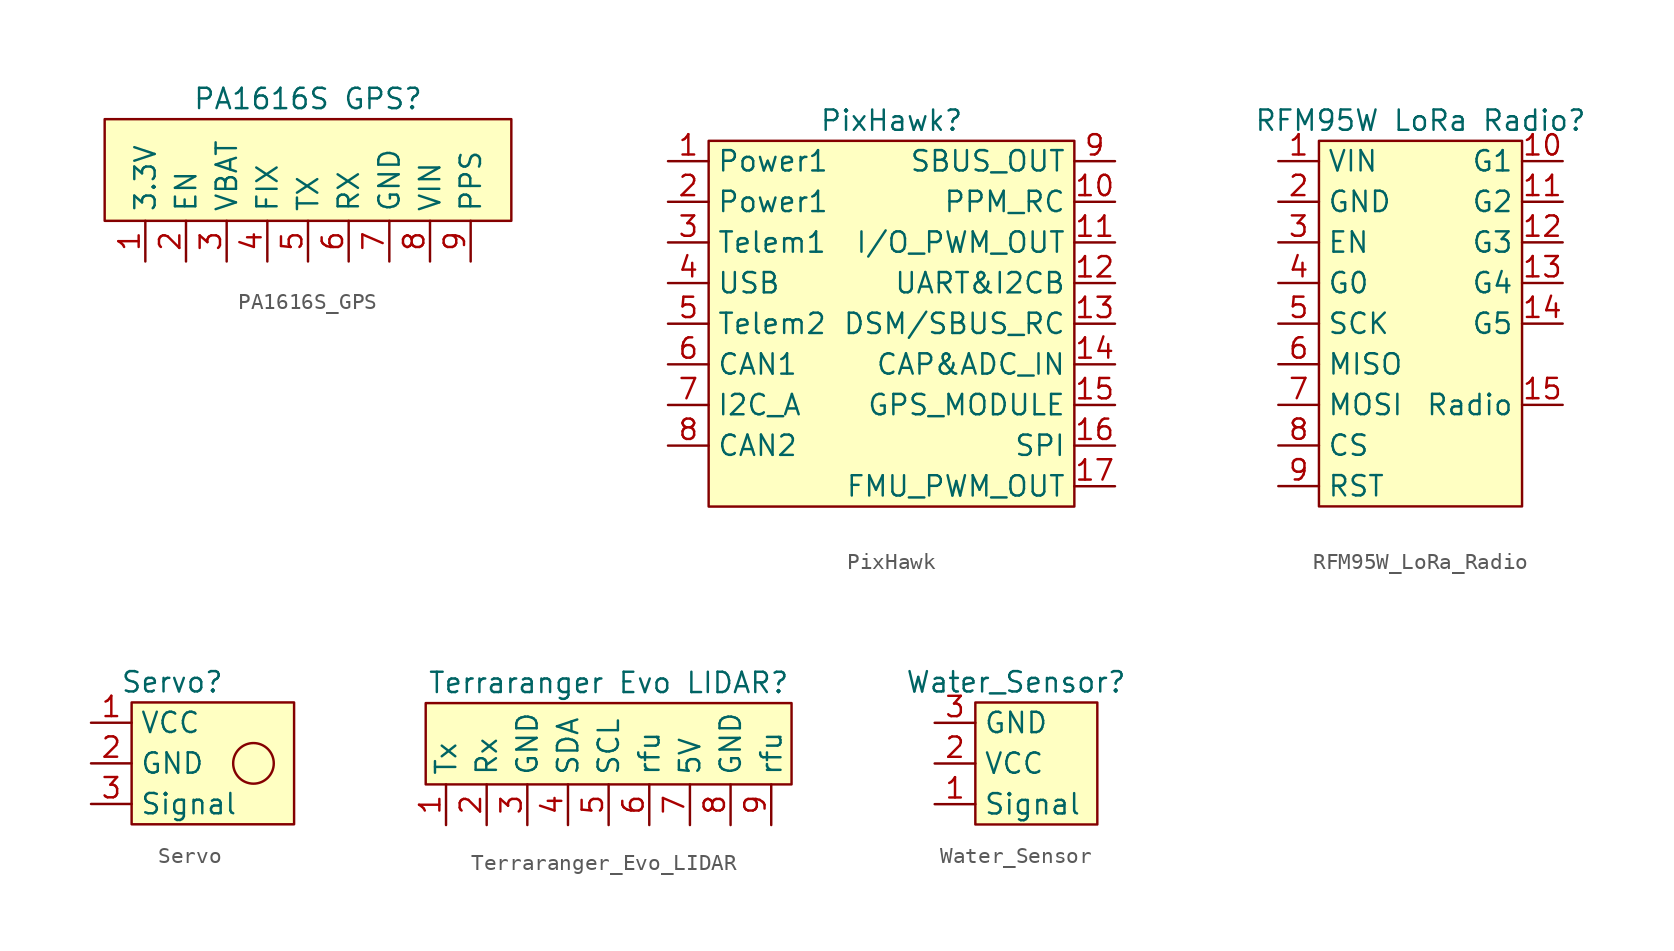
<source format=kicad_sym>
(kicad_symbol_lib
  (version 20231120)
  (generator "kicad_symbol_editor")
  (generator_version "8.0")
  (symbol "PA1616S_GPS"
    (property "Reference" "PA1616S GPS"
      (at 0 0 0)
      (effects (font (size 1.27 1.27))))
    (property "Value" ""
      (at 0 0 0)
      (effects (font (size 1.27 1.27))))
    (symbol "PA1616S_GPS_0_1"
      (rectangle (start -12.7 -1.27) (end 12.7 -7.62) (stroke (width 0) (type default)) (fill (type background))))
    (symbol "PA1616S_GPS_1_1"
      (pin passive line (at -10.16 -10.16 90) (length 2.54) (name "3.3V" (effects (font (size 1.27 1.27)))) (number "1" (effects (font (size 1.27 1.27)))))
      (pin passive line (at -7.62 -10.16 90) (length 2.54) (name "EN" (effects (font (size 1.27 1.27)))) (number "2" (effects (font (size 1.27 1.27)))))
      (pin passive line (at -5.08 -10.16 90) (length 2.54) (name "VBAT" (effects (font (size 1.27 1.27)))) (number "3" (effects (font (size 1.27 1.27)))))
      (pin passive line (at -2.54 -10.16 90) (length 2.54) (name "FIX" (effects (font (size 1.27 1.27)))) (number "4" (effects (font (size 1.27 1.27)))))
      (pin passive line (at 0 -10.16 90) (length 2.54) (name "TX" (effects (font (size 1.27 1.27)))) (number "5" (effects (font (size 1.27 1.27)))))
      (pin passive line (at 2.54 -10.16 90) (length 2.54) (name "RX" (effects (font (size 1.27 1.27)))) (number "6" (effects (font (size 1.27 1.27)))))
      (pin passive line (at 5.08 -10.16 90) (length 2.54) (name "GND" (effects (font (size 1.27 1.27)))) (number "7" (effects (font (size 1.27 1.27)))))
      (pin power_in line (at 7.62 -10.16 90) (length 2.54) (name "VIN" (effects (font (size 1.27 1.27)))) (number "8" (effects (font (size 1.27 1.27)))))
      (pin passive line (at 10.16 -10.16 90) (length 2.54) (name "PPS" (effects (font (size 1.27 1.27)))) (number "9" (effects (font (size 1.27 1.27)))))))
  (symbol "PixHawk"
    (property "Reference" "PixHawk"
      (at 0 0 0)
      (effects (font (size 1.27 1.27))))
    (property "Value" ""
      (at 0 0 0)
      (effects (font (size 1.27 1.27))))
    (symbol "PixHawk_0_1"
      (rectangle (start -11.43 -1.27) (end 11.43 -24.13) (stroke (width 0) (type default)) (fill (type background))))
    (symbol "PixHawk_1_1"
      (pin power_in line (at -13.97 -2.54 0) (length 2.54) (name "Power1" (effects (font (size 1.27 1.27)))) (number "1" (effects (font (size 1.27 1.27)))))
      (pin passive line (at 13.97 -5.08 180) (length 2.54) (name "PPM_RC" (effects (font (size 1.27 1.27)))) (number "10" (effects (font (size 1.27 1.27)))))
      (pin passive line (at 13.97 -7.62 180) (length 2.54) (name "I/O_PWM_OUT" (effects (font (size 1.27 1.27)))) (number "11" (effects (font (size 1.27 1.27)))))
      (pin passive line (at 13.97 -10.16 180) (length 2.54) (name "UART&I2CB" (effects (font (size 1.27 1.27)))) (number "12" (effects (font (size 1.27 1.27)))))
      (pin passive line (at 13.97 -12.7 180) (length 2.54) (name "DSM/SBUS_RC" (effects (font (size 1.27 1.27)))) (number "13" (effects (font (size 1.27 1.27)))))
      (pin passive line (at 13.97 -15.24 180) (length 2.54) (name "CAP&ADC_IN" (effects (font (size 1.27 1.27)))) (number "14" (effects (font (size 1.27 1.27)))))
      (pin passive line (at 13.97 -17.78 180) (length 2.54) (name "GPS_MODULE" (effects (font (size 1.27 1.27)))) (number "15" (effects (font (size 1.27 1.27)))))
      (pin passive line (at 13.97 -20.32 180) (length 2.54) (name "SPI" (effects (font (size 1.27 1.27)))) (number "16" (effects (font (size 1.27 1.27)))))
      (pin passive line (at 13.97 -22.86 180) (length 2.54) (name "FMU_PWM_OUT" (effects (font (size 1.27 1.27)))) (number "17" (effects (font (size 1.27 1.27)))))
      (pin power_in line (at -13.97 -5.08 0) (length 2.54) (name "Power1" (effects (font (size 1.27 1.27)))) (number "2" (effects (font (size 1.27 1.27)))))
      (pin passive line (at -13.97 -7.62 0) (length 2.54) (name "Telem1" (effects (font (size 1.27 1.27)))) (number "3" (effects (font (size 1.27 1.27)))))
      (pin passive line (at -13.97 -10.16 0) (length 2.54) (name "USB" (effects (font (size 1.27 1.27)))) (number "4" (effects (font (size 1.27 1.27)))))
      (pin passive line (at -13.97 -12.7 0) (length 2.54) (name "Telem2" (effects (font (size 1.27 1.27)))) (number "5" (effects (font (size 1.27 1.27)))))
      (pin passive line (at -13.97 -15.24 0) (length 2.54) (name "CAN1" (effects (font (size 1.27 1.27)))) (number "6" (effects (font (size 1.27 1.27)))))
      (pin passive line (at -13.97 -17.78 0) (length 2.54) (name "I2C_A" (effects (font (size 1.27 1.27)))) (number "7" (effects (font (size 1.27 1.27)))))
      (pin passive line (at -13.97 -20.32 0) (length 2.54) (name "CAN2" (effects (font (size 1.27 1.27)))) (number "8" (effects (font (size 1.27 1.27)))))
      (pin passive line (at 13.97 -2.54 180) (length 2.54) (name "SBUS_OUT" (effects (font (size 1.27 1.27)))) (number "9" (effects (font (size 1.27 1.27)))))))
  (symbol "RFM95W_LoRa_Radio"
    (property "Reference" "RFM95W LoRa Radio"
      (at 0 0 0)
      (effects (font (size 1.27 1.27))))
    (property "Value" ""
      (at 0 0 0)
      (effects (font (size 1.27 1.27))))
    (symbol "RFM95W_LoRa_Radio_0_1"
      (rectangle (start -6.35 -1.27) (end 6.35 -24.13) (stroke (width 0) (type default)) (fill (type background))))
    (symbol "RFM95W_LoRa_Radio_1_1"
      (pin power_in line (at -8.89 -2.54 0) (length 2.54) (name "VIN" (effects (font (size 1.27 1.27)))) (number "1" (effects (font (size 1.27 1.27)))))
      (pin passive line (at 8.89 -2.54 180) (length 2.54) (name "G1" (effects (font (size 1.27 1.27)))) (number "10" (effects (font (size 1.27 1.27)))))
      (pin passive line (at 8.89 -5.08 180) (length 2.54) (name "G2" (effects (font (size 1.27 1.27)))) (number "11" (effects (font (size 1.27 1.27)))))
      (pin passive line (at 8.89 -7.62 180) (length 2.54) (name "G3" (effects (font (size 1.27 1.27)))) (number "12" (effects (font (size 1.27 1.27)))))
      (pin passive line (at 8.89 -10.16 180) (length 2.54) (name "G4" (effects (font (size 1.27 1.27)))) (number "13" (effects (font (size 1.27 1.27)))))
      (pin passive line (at 8.89 -12.7 180) (length 2.54) (name "G5" (effects (font (size 1.27 1.27)))) (number "14" (effects (font (size 1.27 1.27)))))
      (pin passive line (at 8.89 -17.78 180) (length 2.54) (name "Radio" (effects (font (size 1.27 1.27)))) (number "15" (effects (font (size 1.27 1.27)))))
      (pin passive line (at -8.89 -5.08 0) (length 2.54) (name "GND" (effects (font (size 1.27 1.27)))) (number "2" (effects (font (size 1.27 1.27)))))
      (pin passive line (at -8.89 -7.62 0) (length 2.54) (name "EN" (effects (font (size 1.27 1.27)))) (number "3" (effects (font (size 1.27 1.27)))))
      (pin passive line (at -8.89 -10.16 0) (length 2.54) (name "G0" (effects (font (size 1.27 1.27)))) (number "4" (effects (font (size 1.27 1.27)))))
      (pin passive line (at -8.89 -12.7 0) (length 2.54) (name "SCK" (effects (font (size 1.27 1.27)))) (number "5" (effects (font (size 1.27 1.27)))))
      (pin passive line (at -8.89 -15.24 0) (length 2.54) (name "MISO" (effects (font (size 1.27 1.27)))) (number "6" (effects (font (size 1.27 1.27)))))
      (pin passive line (at -8.89 -17.78 0) (length 2.54) (name "MOSI" (effects (font (size 1.27 1.27)))) (number "7" (effects (font (size 1.27 1.27)))))
      (pin passive line (at -8.89 -20.32 0) (length 2.54) (name "CS" (effects (font (size 1.27 1.27)))) (number "8" (effects (font (size 1.27 1.27)))))
      (pin passive line (at -8.89 -22.86 0) (length 2.54) (name "RST" (effects (font (size 1.27 1.27)))) (number "9" (effects (font (size 1.27 1.27)))))))
  (symbol "Servo"
    (property "Reference" "Servo"
      (at 0 0 0)
      (effects (font (size 1.27 1.27))))
    (property "Value" ""
      (at 0 0 0)
      (effects (font (size 1.27 1.27))))
    (symbol "Servo_0_1"
      (rectangle (start -2.54 -1.27) (end 7.62 -8.89) (stroke (width 0) (type default)) (fill (type background)))
      (circle (center 5.08 -5.08) (radius 1.27) (stroke (width 0) (type default)) (fill (type none))))
    (symbol "Servo_1_1"
      (pin power_in line (at -5.08 -2.54 0) (length 2.54) (name "VCC" (effects (font (size 1.27 1.27)))) (number "1" (effects (font (size 1.27 1.27)))))
      (pin passive line (at -5.08 -5.08 0) (length 2.54) (name "GND" (effects (font (size 1.27 1.27)))) (number "2" (effects (font (size 1.27 1.27)))))
      (pin passive line (at -5.08 -7.62 0) (length 2.54) (name "Signal" (effects (font (size 1.27 1.27)))) (number "3" (effects (font (size 1.27 1.27)))))))
  (symbol "Terraranger_Evo_LIDAR"
    (property "Reference" "Terraranger Evo LIDAR"
      (at 0 0 0)
      (effects (font (size 1.27 1.27))))
    (property "Value" ""
      (at 0 0 0)
      (effects (font (size 1.27 1.27))))
    (symbol "Terraranger_Evo_LIDAR_0_1"
      (rectangle (start -11.43 -1.27) (end 11.43 -6.35) (stroke (width 0) (type default)) (fill (type background))))
    (symbol "Terraranger_Evo_LIDAR_1_1"
      (pin passive line (at -10.16 -8.89 90) (length 2.54) (name "Tx" (effects (font (size 1.27 1.27)))) (number "1" (effects (font (size 1.27 1.27)))))
      (pin passive line (at -7.62 -8.89 90) (length 2.54) (name "Rx" (effects (font (size 1.27 1.27)))) (number "2" (effects (font (size 1.27 1.27)))))
      (pin passive line (at -5.08 -8.89 90) (length 2.54) (name "GND" (effects (font (size 1.27 1.27)))) (number "3" (effects (font (size 1.27 1.27)))))
      (pin passive line (at -2.54 -8.89 90) (length 2.54) (name "SDA" (effects (font (size 1.27 1.27)))) (number "4" (effects (font (size 1.27 1.27)))))
      (pin passive line (at 0 -8.89 90) (length 2.54) (name "SCL" (effects (font (size 1.27 1.27)))) (number "5" (effects (font (size 1.27 1.27)))))
      (pin passive line (at 2.54 -8.89 90) (length 2.54) (name "rfu" (effects (font (size 1.27 1.27)))) (number "6" (effects (font (size 1.27 1.27)))))
      (pin input line (at 5.08 -8.89 90) (length 2.54) (name "5V" (effects (font (size 1.27 1.27)))) (number "7" (effects (font (size 1.27 1.27)))))
      (pin passive line (at 7.62 -8.89 90) (length 2.54) (name "GND" (effects (font (size 1.27 1.27)))) (number "8" (effects (font (size 1.27 1.27)))))
      (pin passive line (at 10.16 -8.89 90) (length 2.54) (name "rfu" (effects (font (size 1.27 1.27)))) (number "9" (effects (font (size 1.27 1.27)))))))
  (symbol "Water_Sensor"
    (property "Reference" "Water_Sensor"
      (at 0 0 0)
      (effects (font (size 1.27 1.27))))
    (property "Value" ""
      (at 0 0 0)
      (effects (font (size 1.27 1.27))))
    (symbol "Water_Sensor_0_1"
      (rectangle (start -2.54 -1.27) (end 5.08 -8.89) (stroke (width 0) (type default)) (fill (type background))))
    (symbol "Water_Sensor_1_1"
      (pin passive line (at -5.08 -7.62 0) (length 2.54) (name "Signal" (effects (font (size 1.27 1.27)))) (number "1" (effects (font (size 1.27 1.27)))))
      (pin power_in line (at -5.08 -5.08 0) (length 2.54) (name "VCC" (effects (font (size 1.27 1.27)))) (number "2" (effects (font (size 1.27 1.27)))))
      (pin passive line (at -5.08 -2.54 0) (length 2.54) (name "GND" (effects (font (size 1.27 1.27)))) (number "3" (effects (font (size 1.27 1.27))))))))
</source>
